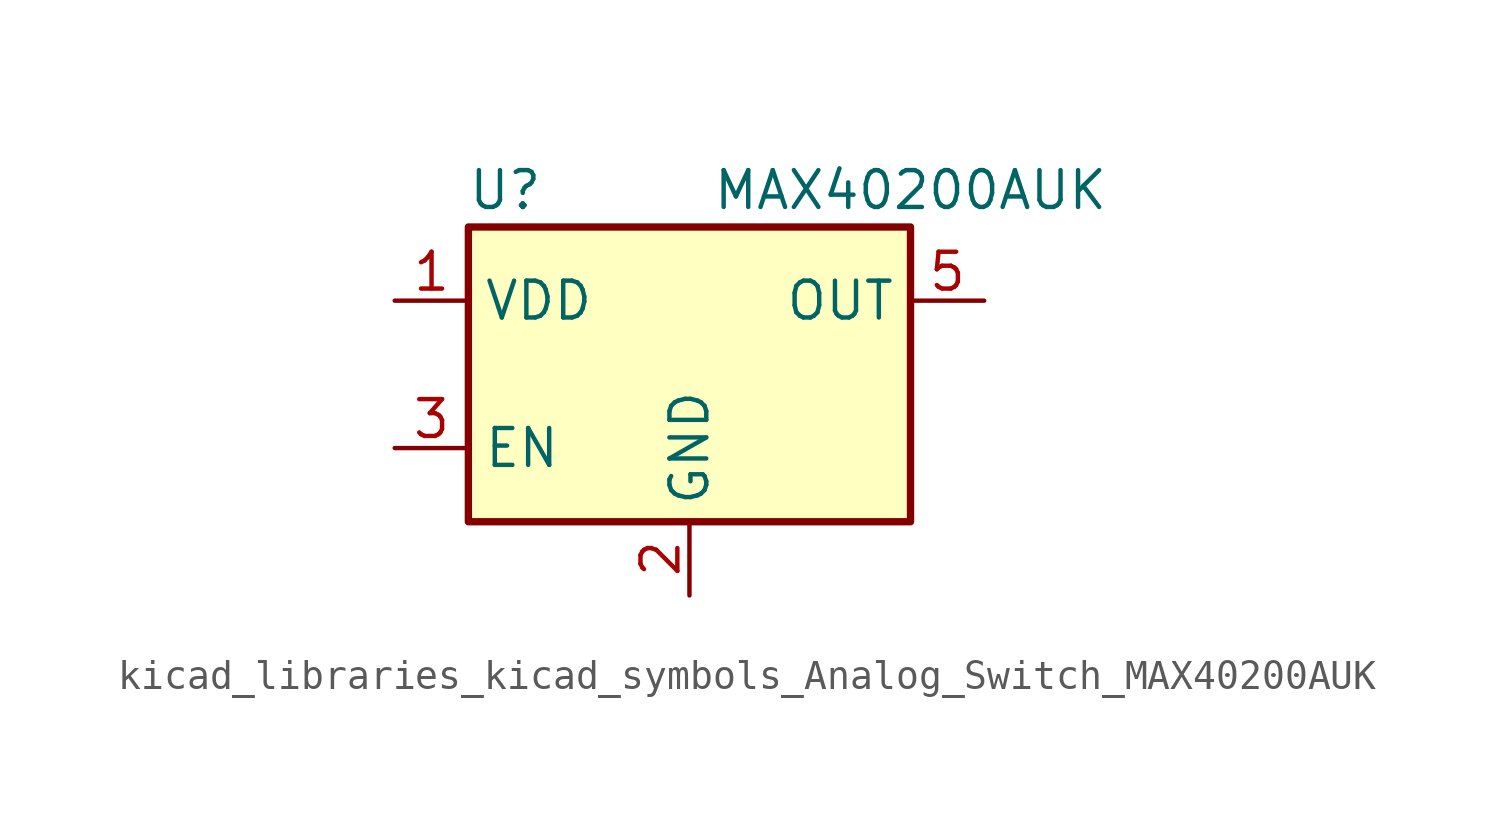
<source format=kicad_sym>
(kicad_symbol_lib
  (version 20220914)
  (generator kicad_symbol_editor)
  (symbol "kicad_libraries_kicad_symbols_Analog_Switch_MAX40200AUK"
    (property "Reference" "U"
      (at -6.35 6.35 0)
      (effects (font (size 1.27 1.27))))
    (property "Value" "MAX40200AUK"
      (at 7.62 6.35 0)
      (effects (font (size 1.27 1.27))))
    (symbol "kicad_libraries_kicad_symbols_Analog_Switch_MAX40200AUK_1_1"
      (rectangle (start -7.62 -5.08) (end 7.62 5.08) (stroke (width 0.254) (type default)) (fill (type background)))
      (pin power_in line (at -10.16 2.54 0) (length 2.54) (name "VDD" (effects (font (size 1.27 1.27)))) (number "1" (effects (font (size 1.27 1.27)))))
      (pin power_in line (at 0 -7.62 90) (length 2.54) (name "GND" (effects (font (size 1.27 1.27)))) (number "2" (effects (font (size 1.27 1.27)))))
      (pin input line (at -10.16 -2.54 0) (length 2.54) (name "EN" (effects (font (size 1.27 1.27)))) (number "3" (effects (font (size 1.27 1.27)))))
      (pin no_connect line (at 7.62 -2.54 180) (length 2.54) hide (name "NC" (effects (font (size 1.27 1.27)))) (number "4" (effects (font (size 1.27 1.27)))))
      (pin passive line (at 10.16 2.54 180) (length 2.54) (name "OUT" (effects (font (size 1.27 1.27)))) (number "5" (effects (font (size 1.27 1.27))))))))
</source>
